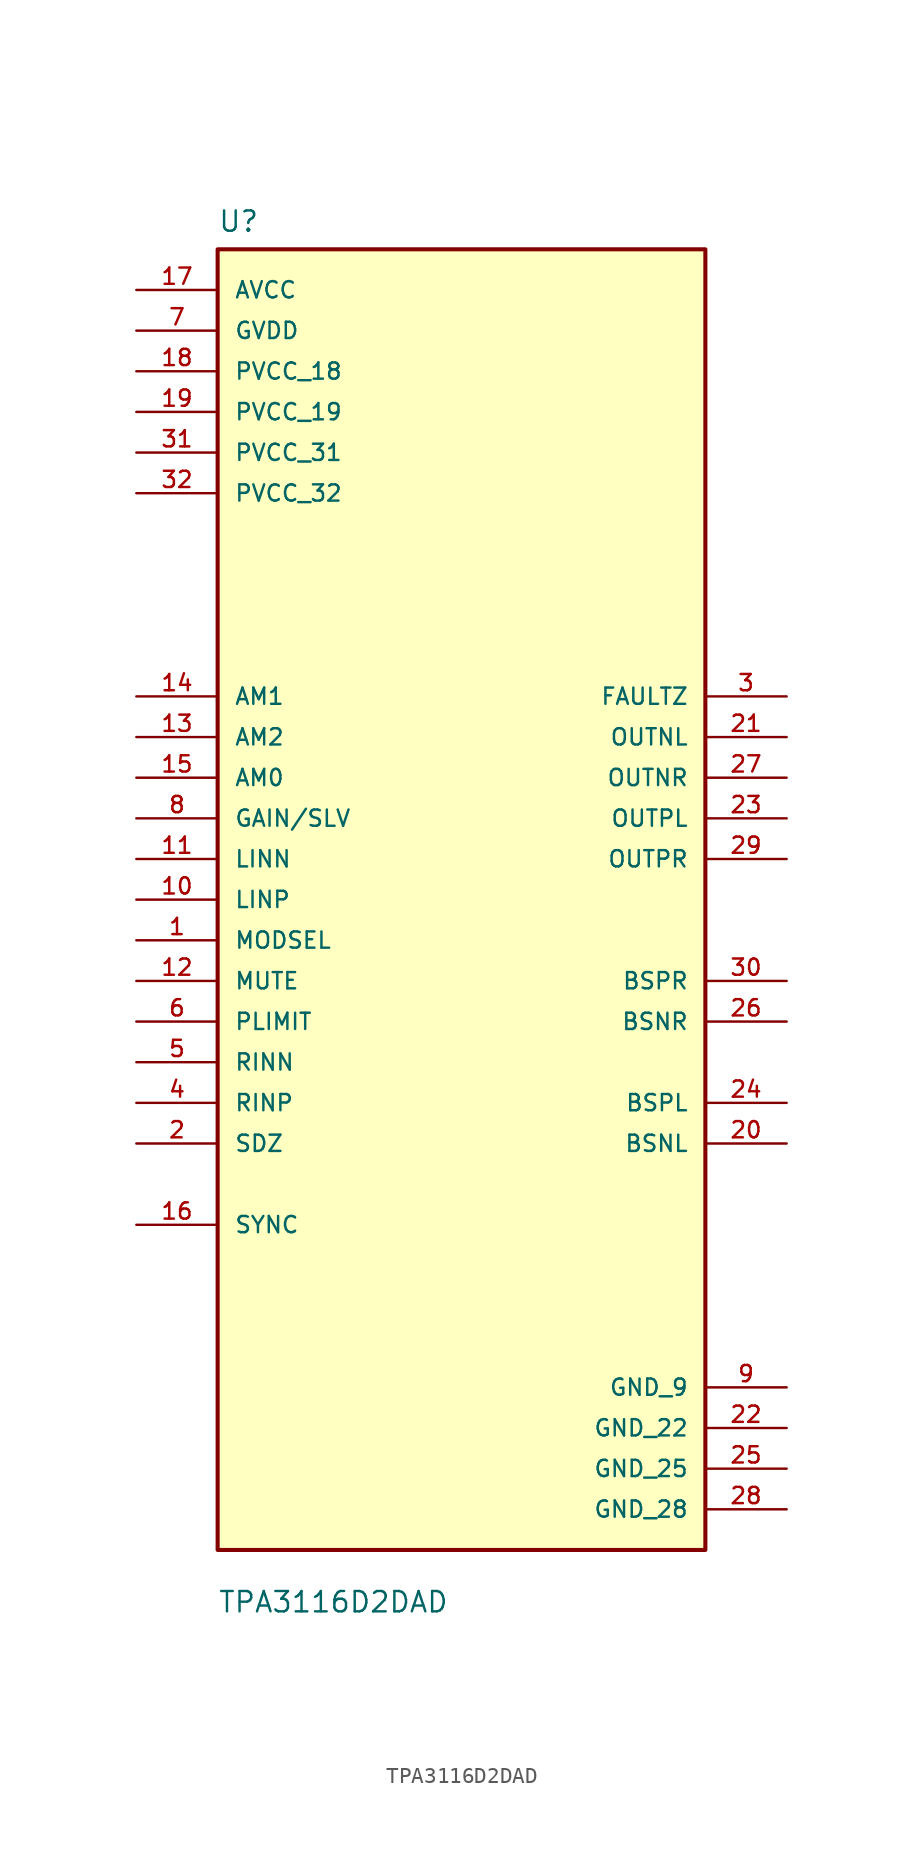
<source format=kicad_sym>
(kicad_symbol_lib
  (version 20211014)
  (generator kicad_symbol_editor)
  (symbol "TPA3116D2DAD"
    (pin_names
      (offset 1.016))
    (property "Reference" "U"
      (at -15.24 41.64 0.0)
      (effects (font (size 1.27 1.27)) (justify bottom left)))
    (property "Value" "TPA3116D2DAD"
      (at -15.24 -44.64 0.0)
      (effects (font (size 1.27 1.27)) (justify bottom left)))
    (symbol "TPA3116D2DAD_0_0"
      (rectangle (start -15.24 -40.64) (end 15.24 40.64) (stroke (width 0.254)) (fill (type background)))
      (pin input line (at -20.32 12.7 0) (length 5.08) (name "AM1" (effects (font (size 1.016 1.016)))) (number "14" (effects (font (size 1.016 1.016)))))
      (pin input line (at -20.32 10.16 0) (length 5.08) (name "AM2" (effects (font (size 1.016 1.016)))) (number "13" (effects (font (size 1.016 1.016)))))
      (pin input line (at -20.32 7.62 0) (length 5.08) (name "AM0" (effects (font (size 1.016 1.016)))) (number "15" (effects (font (size 1.016 1.016)))))
      (pin passive line (at 20.32 -15.24 180.0) (length 5.08) (name "BSNL" (effects (font (size 1.016 1.016)))) (number "20" (effects (font (size 1.016 1.016)))))
      (pin passive line (at 20.32 -7.62 180.0) (length 5.08) (name "BSNR" (effects (font (size 1.016 1.016)))) (number "26" (effects (font (size 1.016 1.016)))))
      (pin passive line (at 20.32 -12.7 180.0) (length 5.08) (name "BSPL" (effects (font (size 1.016 1.016)))) (number "24" (effects (font (size 1.016 1.016)))))
      (pin passive line (at 20.32 -5.08 180.0) (length 5.08) (name "BSPR" (effects (font (size 1.016 1.016)))) (number "30" (effects (font (size 1.016 1.016)))))
      (pin input line (at -20.32 5.08 0) (length 5.08) (name "GAIN/SLV" (effects (font (size 1.016 1.016)))) (number "8" (effects (font (size 1.016 1.016)))))
      (pin input line (at -20.32 2.54 0) (length 5.08) (name "LINN" (effects (font (size 1.016 1.016)))) (number "11" (effects (font (size 1.016 1.016)))))
      (pin input line (at -20.32 0.0 0) (length 5.08) (name "LINP" (effects (font (size 1.016 1.016)))) (number "10" (effects (font (size 1.016 1.016)))))
      (pin input line (at -20.32 -2.54 0) (length 5.08) (name "MODSEL" (effects (font (size 1.016 1.016)))) (number "1" (effects (font (size 1.016 1.016)))))
      (pin input line (at -20.32 -5.08 0) (length 5.08) (name "MUTE" (effects (font (size 1.016 1.016)))) (number "12" (effects (font (size 1.016 1.016)))))
      (pin input line (at -20.32 -7.62 0) (length 5.08) (name "PLIMIT" (effects (font (size 1.016 1.016)))) (number "6" (effects (font (size 1.016 1.016)))))
      (pin input line (at -20.32 -10.16 0) (length 5.08) (name "RINN" (effects (font (size 1.016 1.016)))) (number "5" (effects (font (size 1.016 1.016)))))
      (pin input line (at -20.32 -12.7 0) (length 5.08) (name "RINP" (effects (font (size 1.016 1.016)))) (number "4" (effects (font (size 1.016 1.016)))))
      (pin input line (at -20.32 -15.24 0) (length 5.08) (name "SDZ" (effects (font (size 1.016 1.016)))) (number "2" (effects (font (size 1.016 1.016)))))
      (pin bidirectional line (at -20.32 -20.32 0) (length 5.08) (name "SYNC" (effects (font (size 1.016 1.016)))) (number "16" (effects (font (size 1.016 1.016)))))
      (pin power_in line (at -20.32 38.1 0) (length 5.08) (name "AVCC" (effects (font (size 1.016 1.016)))) (number "17" (effects (font (size 1.016 1.016)))))
      (pin power_in line (at -20.32 35.56 0) (length 5.08) (name "GVDD" (effects (font (size 1.016 1.016)))) (number "7" (effects (font (size 1.016 1.016)))))
      (pin power_in line (at -20.32 33.02 0) (length 5.08) (name "PVCC_18" (effects (font (size 1.016 1.016)))) (number "18" (effects (font (size 1.016 1.016)))))
      (pin power_in line (at -20.32 30.48 0) (length 5.08) (name "PVCC_19" (effects (font (size 1.016 1.016)))) (number "19" (effects (font (size 1.016 1.016)))))
      (pin power_in line (at -20.32 27.94 0) (length 5.08) (name "PVCC_31" (effects (font (size 1.016 1.016)))) (number "31" (effects (font (size 1.016 1.016)))))
      (pin power_in line (at -20.32 25.4 0) (length 5.08) (name "PVCC_32" (effects (font (size 1.016 1.016)))) (number "32" (effects (font (size 1.016 1.016)))))
      (pin output line (at 20.32 12.7 180.0) (length 5.08) (name "FAULTZ" (effects (font (size 1.016 1.016)))) (number "3" (effects (font (size 1.016 1.016)))))
      (pin output line (at 20.32 10.16 180.0) (length 5.08) (name "OUTNL" (effects (font (size 1.016 1.016)))) (number "21" (effects (font (size 1.016 1.016)))))
      (pin output line (at 20.32 7.62 180.0) (length 5.08) (name "OUTNR" (effects (font (size 1.016 1.016)))) (number "27" (effects (font (size 1.016 1.016)))))
      (pin output line (at 20.32 5.08 180.0) (length 5.08) (name "OUTPL" (effects (font (size 1.016 1.016)))) (number "23" (effects (font (size 1.016 1.016)))))
      (pin output line (at 20.32 2.54 180.0) (length 5.08) (name "OUTPR" (effects (font (size 1.016 1.016)))) (number "29" (effects (font (size 1.016 1.016)))))
      (pin power_in line (at 20.32 -38.1 180.0) (length 5.08) (name "GND_28" (effects (font (size 1.016 1.016)))) (number "28" (effects (font (size 1.016 1.016)))))
      (pin power_in line (at 20.32 -35.56 180.0) (length 5.08) (name "GND_25" (effects (font (size 1.016 1.016)))) (number "25" (effects (font (size 1.016 1.016)))))
      (pin power_in line (at 20.32 -33.02 180.0) (length 5.08) (name "GND_22" (effects (font (size 1.016 1.016)))) (number "22" (effects (font (size 1.016 1.016)))))
      (pin power_in line (at 20.32 -30.48 180.0) (length 5.08) (name "GND_9" (effects (font (size 1.016 1.016)))) (number "9" (effects (font (size 1.016 1.016))))))))
</source>
